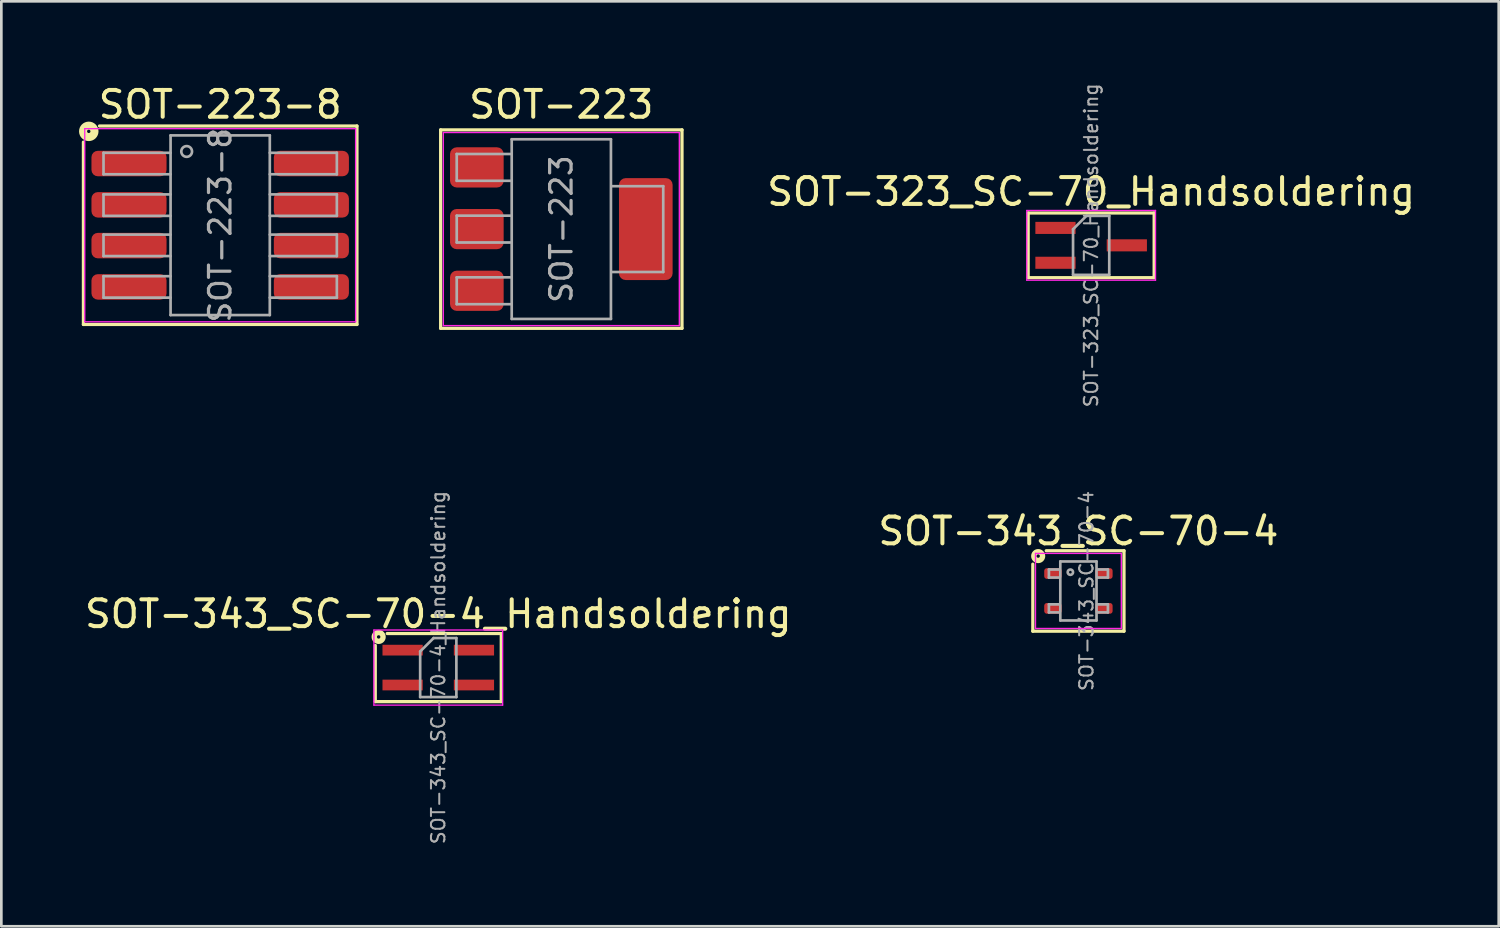
<source format=kicad_pcb>
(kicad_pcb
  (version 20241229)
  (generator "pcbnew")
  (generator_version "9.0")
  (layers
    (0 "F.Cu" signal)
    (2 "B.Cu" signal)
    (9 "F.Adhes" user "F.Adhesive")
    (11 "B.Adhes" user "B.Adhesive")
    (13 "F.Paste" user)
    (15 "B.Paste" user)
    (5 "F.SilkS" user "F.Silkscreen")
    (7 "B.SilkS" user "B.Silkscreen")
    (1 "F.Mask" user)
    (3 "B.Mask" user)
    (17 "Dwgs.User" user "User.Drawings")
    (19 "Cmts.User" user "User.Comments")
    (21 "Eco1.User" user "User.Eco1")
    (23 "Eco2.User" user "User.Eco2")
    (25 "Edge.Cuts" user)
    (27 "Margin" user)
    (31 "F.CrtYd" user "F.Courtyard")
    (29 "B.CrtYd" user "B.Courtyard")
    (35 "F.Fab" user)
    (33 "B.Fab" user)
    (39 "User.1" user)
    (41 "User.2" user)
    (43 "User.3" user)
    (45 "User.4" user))
  (footprint "SOT-323_SC-70_Handsoldering"
    (layer "F.Cu")
    (at 37.636 6.098)
    (property "Reference" "SOT-323_SC-70_Handsoldering" (at 0 -2 0) (layer "F.SilkS") (effects (font (size 1 1) (thickness 0.15))))
    (attr smd)
    (fp_line (start -2.349 -1.206) (end -2.349 1.206) (stroke (width 0.12) (type solid)) (layer "F.SilkS"))
    (fp_line (start -2.349 1.206) (end 2.349 1.206) (stroke (width 0.12) (type solid)) (layer "F.SilkS"))
    (fp_line (start 2.349 -1.206) (end -2.349 -1.206) (stroke (width 0.12) (type solid)) (layer "F.SilkS"))
    (fp_line (start 2.349 1.206) (end 2.349 -1.206) (stroke (width 0.12) (type solid)) (layer "F.SilkS"))
    (fp_line (start -2.4 -1.3) (end 2.4 -1.3) (stroke (width 0.05) (type solid)) (layer "F.CrtYd"))
    (fp_line (start -2.4 1.3) (end -2.4 -1.3) (stroke (width 0.05) (type solid)) (layer "F.CrtYd"))
    (fp_line (start 2.4 -1.3) (end 2.4 1.3) (stroke (width 0.05) (type solid)) (layer "F.CrtYd"))
    (fp_line (start 2.4 1.3) (end -2.4 1.3) (stroke (width 0.05) (type solid)) (layer "F.CrtYd"))
    (fp_line (start -0.675 -0.6) (end -0.675 1.1) (stroke (width 0.1) (type solid)) (layer "F.Fab"))
    (fp_line (start -0.175 -1.1) (end -0.675 -0.6) (stroke (width 0.1) (type solid)) (layer "F.Fab"))
    (fp_line (start 0.675 -1.1) (end -0.175 -1.1) (stroke (width 0.1) (type solid)) (layer "F.Fab"))
    (fp_line (start 0.675 -1.1) (end 0.675 1.1) (stroke (width 0.1) (type solid)) (layer "F.Fab"))
    (fp_line (start 0.675 1.1) (end -0.675 1.1) (stroke (width 0.1) (type solid)) (layer "F.Fab"))
    (fp_text user "${REFERENCE}" (at 0 0 90) (layer "F.Fab") (effects (font (size 0.5 0.5) (thickness 0.075))))
    (pad "1" smd rect (at -1.33 -0.65 270) (size 0.45 1.5) (layers "F.Cu" "F.Mask" "F.Paste"))
    (pad "2" smd rect (at -1.33 0.65 270) (size 0.45 1.5) (layers "F.Cu" "F.Mask" "F.Paste"))
    (pad "3" smd rect (at 1.33 0 270) (size 0.45 1.5) (layers "F.Cu" "F.Mask" "F.Paste")))
  (footprint "SOT-343_SC-70-4_Handsoldering"
    (layer "F.Cu")
    (at 13.292 21.842)
    (property "Reference" "SOT-343_SC-70-4_Handsoldering" (at 0 -2 0) (layer "F.SilkS") (effects (font (size 1 1) (thickness 0.15))))
    (attr smd)
    (fp_line (start -2.349 -0.826) (end -2.349 1.27) (stroke (width 0.12) (type solid)) (layer "F.SilkS"))
    (fp_line (start -2.349 1.27) (end 2.349 1.27) (stroke (width 0.12) (type solid)) (layer "F.SilkS"))
    (fp_line (start 2.349 -1.27) (end -1.905 -1.27) (stroke (width 0.12) (type solid)) (layer "F.SilkS"))
    (fp_line (start 2.349 1.27) (end 2.349 -1.27) (stroke (width 0.12) (type solid)) (layer "F.SilkS"))
    (fp_circle (center -2.223 -1.143) (end -2.159 -1.143) (stroke (width 0.2) (type solid)) (fill no) (layer "F.SilkS"))
    (fp_line (start -2.4 -1.4) (end -2.4 1.4) (stroke (width 0.05) (type solid)) (layer "F.CrtYd"))
    (fp_line (start -2.4 -1.4) (end 2.4 -1.4) (stroke (width 0.05) (type solid)) (layer "F.CrtYd"))
    (fp_line (start -2.4 1.4) (end 2.4 1.4) (stroke (width 0.05) (type solid)) (layer "F.CrtYd"))
    (fp_line (start 2.4 1.4) (end 2.4 -1.4) (stroke (width 0.05) (type solid)) (layer "F.CrtYd"))
    (fp_line (start -0.675 -0.6) (end -0.675 1.1) (stroke (width 0.1) (type solid)) (layer "F.Fab"))
    (fp_line (start -0.175 -1.1) (end -0.675 -0.6) (stroke (width 0.1) (type solid)) (layer "F.Fab"))
    (fp_line (start 0.675 -1.1) (end -0.175 -1.1) (stroke (width 0.1) (type solid)) (layer "F.Fab"))
    (fp_line (start 0.675 -1.1) (end 0.675 1.1) (stroke (width 0.1) (type solid)) (layer "F.Fab"))
    (fp_line (start 0.675 1.1) (end -0.675 1.1) (stroke (width 0.1) (type solid)) (layer "F.Fab"))
    (fp_text user "${REFERENCE}" (at 0 0 90) (layer "F.Fab") (effects (font (size 0.5 0.5) (thickness 0.075))))
    (pad "1" smd rect (at -1.33 -0.65) (size 1.5 0.4) (layers "F.Cu" "F.Mask" "F.Paste"))
    (pad "2" smd rect (at -1.33 0.65) (size 1.5 0.4) (layers "F.Cu" "F.Mask" "F.Paste"))
    (pad "3" smd rect (at 1.33 0.65) (size 1.5 0.4) (layers "F.Cu" "F.Mask" "F.Paste"))
    (pad "4" smd rect (at 1.33 -0.65) (size 1.5 0.4) (layers "F.Cu" "F.Mask" "F.Paste")))
  (footprint "SOT-223"
    (layer "F.Cu")
    (at 17.88 5.492)
    (property "Reference" "SOT-223" (at 0 -4.644 0) (layer "F.SilkS") (effects (font (size 1 1) (thickness 0.15))))
    (attr smd)
    (fp_line (start -4.5 -3.7) (end 4.5 -3.7) (stroke (width 0.12) (type solid)) (layer "F.SilkS"))
    (fp_line (start -4.5 3.7) (end -4.5 -3.7) (stroke (width 0.12) (type solid)) (layer "F.SilkS"))
    (fp_line (start 4.5 -3.7) (end 4.5 3.7) (stroke (width 0.12) (type solid)) (layer "F.SilkS"))
    (fp_line (start 4.5 3.7) (end -4.5 3.7) (stroke (width 0.12) (type solid)) (layer "F.SilkS"))
    (fp_line (start -4.4 -3.6) (end -4.4 3.6) (stroke (width 0.05) (type solid)) (layer "F.CrtYd"))
    (fp_line (start -4.4 3.6) (end 4.4 3.6) (stroke (width 0.05) (type solid)) (layer "F.CrtYd"))
    (fp_line (start 4.4 -3.6) (end -4.4 -3.6) (stroke (width 0.05) (type solid)) (layer "F.CrtYd"))
    (fp_line (start 4.4 3.6) (end 4.4 -3.6) (stroke (width 0.05) (type solid)) (layer "F.CrtYd"))
    (fp_line (start -3.9 -2.8) (end -3.9 -1.8) (stroke (width 0.1) (type solid)) (layer "F.Fab"))
    (fp_line (start -3.9 -1.8) (end -1.9 -1.8) (stroke (width 0.1) (type solid)) (layer "F.Fab"))
    (fp_line (start -3.9 -0.5) (end -3.9 0.5) (stroke (width 0.1) (type solid)) (layer "F.Fab"))
    (fp_line (start -3.9 0.5) (end -1.9 0.5) (stroke (width 0.1) (type solid)) (layer "F.Fab"))
    (fp_line (start -3.9 1.8) (end -3.9 2.8) (stroke (width 0.1) (type solid)) (layer "F.Fab"))
    (fp_line (start -3.9 2.8) (end -1.9 2.8) (stroke (width 0.1) (type solid)) (layer "F.Fab"))
    (fp_line (start -1.9 -2.8) (end -3.9 -2.8) (stroke (width 0.1) (type solid)) (layer "F.Fab"))
    (fp_line (start -1.9 -0.5) (end -3.9 -0.5) (stroke (width 0.1) (type solid)) (layer "F.Fab"))
    (fp_line (start -1.9 1.8) (end -3.9 1.8) (stroke (width 0.1) (type solid)) (layer "F.Fab"))
    (fp_line (start -1.85 -3.35) (end -1.85 3.35) (stroke (width 0.1) (type solid)) (layer "F.Fab"))
    (fp_line (start -1.85 -3.35) (end 1.85 -3.35) (stroke (width 0.1) (type solid)) (layer "F.Fab"))
    (fp_line (start -1.85 3.35) (end 1.85 3.35) (stroke (width 0.1) (type solid)) (layer "F.Fab"))
    (fp_line (start 1.85 -3.35) (end 1.85 3.35) (stroke (width 0.1) (type solid)) (layer "F.Fab"))
    (fp_line (start 1.9 -1.6) (end 3.8 -1.6) (stroke (width 0.1) (type solid)) (layer "F.Fab"))
    (fp_line (start 3.8 -1.6) (end 3.8 1.6) (stroke (width 0.1) (type solid)) (layer "F.Fab"))
    (fp_line (start 3.8 1.6) (end 1.9 1.6) (stroke (width 0.1) (type solid)) (layer "F.Fab"))
    (fp_text user "${REFERENCE}" (at 0 0 90) (layer "F.Fab") (effects (font (size 0.8 0.8) (thickness 0.12))))
    (pad "1" smd roundrect (at -3.15 -2.3) (size 2 1.5) (layers "F.Cu" "F.Mask" "F.Paste") (roundrect_rratio 0.167))
    (pad "2" smd roundrect (at -3.15 0) (size 2 1.5) (layers "F.Cu" "F.Mask" "F.Paste") (roundrect_rratio 0.167))
    (pad "3" smd roundrect (at -3.15 2.3) (size 2 1.5) (layers "F.Cu" "F.Mask" "F.Paste") (roundrect_rratio 0.167))
    (pad "4" smd roundrect (at 3.15 0) (size 2 3.8) (layers "F.Cu" "F.Mask" "F.Paste") (roundrect_rratio 0.125)))
  (footprint "SOT-223-8"
    (layer "F.Cu")
    (at 5.16 5.348)
    (property "Reference" "SOT-223-8" (at 0 -4.5 0) (layer "F.SilkS") (effects (font (size 1 1) (thickness 0.15))))
    (attr smd)
    (fp_line (start -5.1 -3.1) (end -5.1 3.7) (stroke (width 0.12) (type solid)) (layer "F.SilkS"))
    (fp_line (start -5.1 3.7) (end 5.1 3.7) (stroke (width 0.12) (type solid)) (layer "F.SilkS"))
    (fp_line (start 5.1 -3.7) (end -4.5 -3.7) (stroke (width 0.12) (type solid)) (layer "F.SilkS"))
    (fp_line (start 5.1 3.7) (end 5.1 -3.7) (stroke (width 0.12) (type solid)) (layer "F.SilkS"))
    (fp_circle (center -4.9 -3.5) (end -4.837 -3.5) (stroke (width 0.3) (type solid)) (fill no) (layer "F.SilkS"))
    (fp_line (start -5.05 -3.6) (end -5.05 3.6) (stroke (width 0.05) (type solid)) (layer "F.CrtYd"))
    (fp_line (start -5.05 -3.6) (end 5.05 -3.6) (stroke (width 0.05) (type solid)) (layer "F.CrtYd"))
    (fp_line (start 5.05 3.6) (end -5.05 3.6) (stroke (width 0.05) (type solid)) (layer "F.CrtYd"))
    (fp_line (start 5.05 3.6) (end 5.05 -3.6) (stroke (width 0.05) (type solid)) (layer "F.CrtYd"))
    (fp_line (start -4.35 -2.7) (end -4.35 -1.9) (stroke (width 0.1) (type solid)) (layer "F.Fab"))
    (fp_line (start -4.35 -2.7) (end -1.85 -2.7) (stroke (width 0.1) (type solid)) (layer "F.Fab"))
    (fp_line (start -4.35 -1.9) (end -1.85 -1.9) (stroke (width 0.1) (type solid)) (layer "F.Fab"))
    (fp_line (start -4.35 -1.15) (end -4.35 -0.35) (stroke (width 0.1) (type solid)) (layer "F.Fab"))
    (fp_line (start -4.35 -1.15) (end -1.85 -1.15) (stroke (width 0.1) (type solid)) (layer "F.Fab"))
    (fp_line (start -4.35 -0.35) (end -1.85 -0.35) (stroke (width 0.1) (type solid)) (layer "F.Fab"))
    (fp_line (start -4.35 0.35) (end -4.35 1.15) (stroke (width 0.1) (type solid)) (layer "F.Fab"))
    (fp_line (start -4.35 0.35) (end -1.85 0.35) (stroke (width 0.1) (type solid)) (layer "F.Fab"))
    (fp_line (start -4.35 1.15) (end -1.85 1.15) (stroke (width 0.1) (type solid)) (layer "F.Fab"))
    (fp_line (start -4.35 1.9) (end -4.35 2.7) (stroke (width 0.1) (type solid)) (layer "F.Fab"))
    (fp_line (start -4.35 1.9) (end -1.85 1.9) (stroke (width 0.1) (type solid)) (layer "F.Fab"))
    (fp_line (start -4.35 2.7) (end -1.85 2.7) (stroke (width 0.1) (type solid)) (layer "F.Fab"))
    (fp_line (start -1.85 -3.35) (end -1.85 3.35) (stroke (width 0.1) (type solid)) (layer "F.Fab"))
    (fp_line (start -1.85 -3.35) (end 1.85 -3.35) (stroke (width 0.1) (type solid)) (layer "F.Fab"))
    (fp_line (start -1.85 3.35) (end 1.85 3.35) (stroke (width 0.1) (type solid)) (layer "F.Fab"))
    (fp_line (start 1.85 -3.35) (end 1.85 3.35) (stroke (width 0.1) (type solid)) (layer "F.Fab"))
    (fp_line (start 4.35 -2.7) (end 1.85 -2.7) (stroke (width 0.1) (type solid)) (layer "F.Fab"))
    (fp_line (start 4.35 -1.9) (end 1.85 -1.9) (stroke (width 0.1) (type solid)) (layer "F.Fab"))
    (fp_line (start 4.35 -1.9) (end 4.35 -2.7) (stroke (width 0.1) (type solid)) (layer "F.Fab"))
    (fp_line (start 4.35 -1.15) (end 1.85 -1.15) (stroke (width 0.1) (type solid)) (layer "F.Fab"))
    (fp_line (start 4.35 -0.35) (end 1.85 -0.35) (stroke (width 0.1) (type solid)) (layer "F.Fab"))
    (fp_line (start 4.35 -0.35) (end 4.35 -1.15) (stroke (width 0.1) (type solid)) (layer "F.Fab"))
    (fp_line (start 4.35 0.35) (end 1.85 0.35) (stroke (width 0.1) (type solid)) (layer "F.Fab"))
    (fp_line (start 4.35 1.15) (end 1.85 1.15) (stroke (width 0.1) (type solid)) (layer "F.Fab"))
    (fp_line (start 4.35 1.15) (end 4.35 0.35) (stroke (width 0.1) (type solid)) (layer "F.Fab"))
    (fp_line (start 4.35 1.9) (end 1.85 1.9) (stroke (width 0.1) (type solid)) (layer "F.Fab"))
    (fp_line (start 4.35 2.7) (end 1.85 2.7) (stroke (width 0.1) (type solid)) (layer "F.Fab"))
    (fp_line (start 4.35 2.7) (end 4.35 1.9) (stroke (width 0.1) (type solid)) (layer "F.Fab"))
    (fp_circle (center -1.25 -2.75) (end -1.05 -2.75) (stroke (width 0.1) (type solid)) (fill no) (layer "F.Fab"))
    (fp_text user "${REFERENCE}" (at 0 0 90) (layer "F.Fab") (effects (font (size 0.8 0.8) (thickness 0.12))))
    (pad "1" smd roundrect (at -3.4 -2.3) (size 2.8 0.95) (layers "F.Cu" "F.Mask" "F.Paste") (roundrect_rratio 0.25))
    (pad "2" smd roundrect (at -3.4 -0.76) (size 2.8 0.95) (layers "F.Cu" "F.Mask" "F.Paste") (roundrect_rratio 0.25))
    (pad "3" smd roundrect (at -3.4 0.76) (size 2.8 0.95) (layers "F.Cu" "F.Mask" "F.Paste") (roundrect_rratio 0.25))
    (pad "4" smd roundrect (at -3.4 2.3) (size 2.8 0.95) (layers "F.Cu" "F.Mask" "F.Paste") (roundrect_rratio 0.25))
    (pad "5" smd roundrect (at 3.4 2.3) (size 2.8 0.95) (layers "F.Cu" "F.Mask" "F.Paste") (roundrect_rratio 0.25))
    (pad "6" smd roundrect (at 3.4 0.76) (size 2.8 0.95) (layers "F.Cu" "F.Mask" "F.Paste") (roundrect_rratio 0.25))
    (pad "7" smd roundrect (at 3.4 -0.76) (size 2.8 0.95) (layers "F.Cu" "F.Mask" "F.Paste") (roundrect_rratio 0.25))
    (pad "8" smd roundrect (at 3.4 -2.3) (size 2.8 0.95) (layers "F.Cu" "F.Mask" "F.Paste") (roundrect_rratio 0.25)))
  (footprint "SOT-343_SC-70-4"
    (layer "F.Cu")
    (at 37.161 18.985)
    (property "Reference" "SOT-343_SC-70-4" (at 0 -2.23 0) (layer "F.SilkS") (effects (font (size 1 1) (thickness 0.15))))
    (attr smd)
    (fp_line (start -1.7 -1) (end -1.7 1.5) (stroke (width 0.12) (type solid)) (layer "F.SilkS"))
    (fp_line (start -1.7 1.5) (end 1.7 1.5) (stroke (width 0.12) (type solid)) (layer "F.SilkS"))
    (fp_line (start 1.7 -1.5) (end -1.2 -1.5) (stroke (width 0.12) (type solid)) (layer "F.SilkS"))
    (fp_line (start 1.7 1.5) (end 1.7 -1.5) (stroke (width 0.12) (type solid)) (layer "F.SilkS"))
    (fp_circle (center -1.5 -1.3) (end -1.437 -1.3) (stroke (width 0.2) (type solid)) (fill no) (layer "F.SilkS"))
    (fp_line (start -1.6 -1.4) (end -1.6 1.4) (stroke (width 0.05) (type solid)) (layer "F.CrtYd"))
    (fp_line (start -1.6 -1.4) (end 1.6 -1.4) (stroke (width 0.05) (type solid)) (layer "F.CrtYd"))
    (fp_line (start -1.6 1.4) (end 1.6 1.4) (stroke (width 0.05) (type solid)) (layer "F.CrtYd"))
    (fp_line (start 1.6 1.4) (end 1.6 -1.4) (stroke (width 0.05) (type solid)) (layer "F.CrtYd"))
    (fp_line (start -1.1 -0.8) (end -1.1 -0.5) (stroke (width 0.1) (type solid)) (layer "F.Fab"))
    (fp_line (start -1.1 -0.5) (end -0.7 -0.5) (stroke (width 0.1) (type solid)) (layer "F.Fab"))
    (fp_line (start -1.1 0.5) (end -1.1 0.8) (stroke (width 0.1) (type solid)) (layer "F.Fab"))
    (fp_line (start -1.1 0.8) (end -0.7 0.8) (stroke (width 0.1) (type solid)) (layer "F.Fab"))
    (fp_line (start -0.7 -0.8) (end -1.1 -0.8) (stroke (width 0.1) (type solid)) (layer "F.Fab"))
    (fp_line (start -0.7 0.5) (end -1.1 0.5) (stroke (width 0.1) (type solid)) (layer "F.Fab"))
    (fp_line (start -0.675 -1.1) (end -0.675 1.1) (stroke (width 0.1) (type solid)) (layer "F.Fab"))
    (fp_line (start 0.675 -1.1) (end -0.675 -1.1) (stroke (width 0.1) (type solid)) (layer "F.Fab"))
    (fp_line (start 0.675 -1.1) (end 0.675 1.1) (stroke (width 0.1) (type solid)) (layer "F.Fab"))
    (fp_line (start 0.675 1.1) (end -0.675 1.1) (stroke (width 0.1) (type solid)) (layer "F.Fab"))
    (fp_line (start 0.7 -0.5) (end 1.1 -0.5) (stroke (width 0.1) (type solid)) (layer "F.Fab"))
    (fp_line (start 0.7 0.8) (end 1.1 0.8) (stroke (width 0.1) (type solid)) (layer "F.Fab"))
    (fp_line (start 1.1 -0.8) (end 0.7 -0.8) (stroke (width 0.1) (type solid)) (layer "F.Fab"))
    (fp_line (start 1.1 -0.5) (end 1.1 -0.8) (stroke (width 0.1) (type solid)) (layer "F.Fab"))
    (fp_line (start 1.1 0.5) (end 0.7 0.5) (stroke (width 0.1) (type solid)) (layer "F.Fab"))
    (fp_line (start 1.1 0.8) (end 1.1 0.5) (stroke (width 0.1) (type solid)) (layer "F.Fab"))
    (fp_circle (center -0.3 -0.7) (end -0.2 -0.7) (stroke (width 0.1) (type solid)) (fill no) (layer "F.Fab"))
    (fp_text user "${REFERENCE}" (at 0.3 0 90) (layer "F.Fab") (effects (font (size 0.5 0.5) (thickness 0.075))))
    (pad "1" smd roundrect (at -0.95 -0.65) (size 0.65 0.4) (layers "F.Cu" "F.Mask" "F.Paste") (roundrect_rratio 0.25))
    (pad "2" smd roundrect (at -0.95 0.65) (size 0.65 0.4) (layers "F.Cu" "F.Mask" "F.Paste") (roundrect_rratio 0.25))
    (pad "3" smd roundrect (at 0.95 0.65) (size 0.65 0.4) (layers "F.Cu" "F.Mask" "F.Paste") (roundrect_rratio 0.25))
    (pad "4" smd roundrect (at 0.95 -0.65) (size 0.65 0.4) (layers "F.Cu" "F.Mask" "F.Paste") (roundrect_rratio 0.25)))
  (gr_rect
    (start -3 -3)
    (end 52.833 31.488)
    (stroke (width 0.1) (type default))
    (fill no)
    (layer "Edge.Cuts")))
</source>
